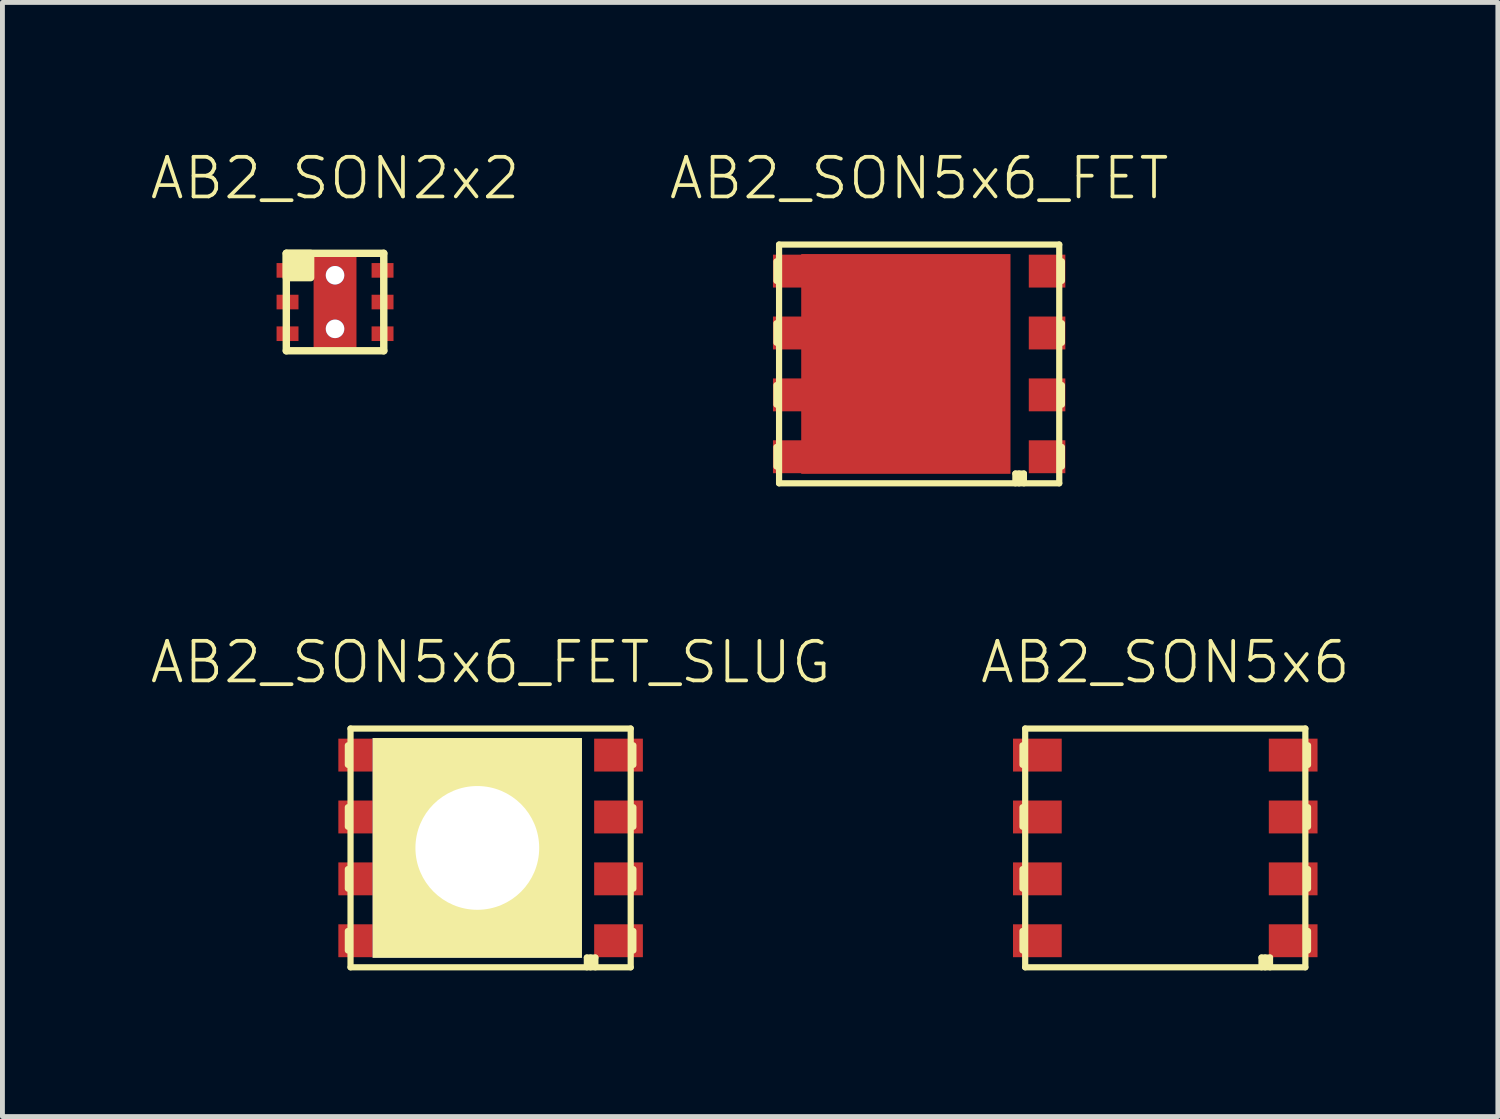
<source format=kicad_pcb>
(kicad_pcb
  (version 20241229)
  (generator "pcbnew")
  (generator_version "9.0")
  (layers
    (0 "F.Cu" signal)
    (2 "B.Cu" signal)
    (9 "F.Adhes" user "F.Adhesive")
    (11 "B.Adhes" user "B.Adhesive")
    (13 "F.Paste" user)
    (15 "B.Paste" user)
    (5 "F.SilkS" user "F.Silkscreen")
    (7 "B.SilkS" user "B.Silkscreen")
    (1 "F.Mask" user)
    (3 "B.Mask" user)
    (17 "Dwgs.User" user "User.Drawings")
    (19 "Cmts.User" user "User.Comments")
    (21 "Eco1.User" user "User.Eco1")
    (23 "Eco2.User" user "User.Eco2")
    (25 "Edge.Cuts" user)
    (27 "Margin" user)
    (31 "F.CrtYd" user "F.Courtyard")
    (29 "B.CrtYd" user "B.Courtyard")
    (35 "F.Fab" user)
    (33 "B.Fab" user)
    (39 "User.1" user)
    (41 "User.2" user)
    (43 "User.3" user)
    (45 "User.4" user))
  (footprint "AB2_SON5x6"
    (layer "F.Cu")
    (at 20.865 14.352)
    (property "Reference" "AB2_SON5x6" (at 0 -3.81 0) (layer "F.SilkS") (effects (font (size 0.813 0.813) (thickness 0.076))))
    (attr through_hole)
    (fp_line (start -2.93 -2.105) (end -2.93 -1.705) (stroke (width 0.127) (type solid)) (layer "F.SilkS"))
    (fp_line (start -2.93 -0.835) (end -2.93 -0.435) (stroke (width 0.127) (type solid)) (layer "F.SilkS"))
    (fp_line (start -2.93 0.835) (end -2.93 0.435) (stroke (width 0.127) (type solid)) (layer "F.SilkS"))
    (fp_line (start -2.93 2.105) (end -2.93 1.705) (stroke (width 0.127) (type solid)) (layer "F.SilkS"))
    (fp_line (start -2.875 -2.45) (end 2.875 -2.45) (stroke (width 0.127) (type solid)) (layer "F.SilkS"))
    (fp_line (start -2.875 2.45) (end -2.875 -2.45) (stroke (width 0.127) (type solid)) (layer "F.SilkS"))
    (fp_line (start 1.975 2.25) (end 2.15 2.25) (stroke (width 0.127) (type solid)) (layer "F.SilkS"))
    (fp_line (start 1.975 2.45) (end 1.975 2.25) (stroke (width 0.127) (type solid)) (layer "F.SilkS"))
    (fp_line (start 2.05 2.25) (end 2.05 2.45) (stroke (width 0.127) (type solid)) (layer "F.SilkS"))
    (fp_line (start 2.15 2.25) (end 2.15 2.45) (stroke (width 0.127) (type solid)) (layer "F.SilkS"))
    (fp_line (start 2.875 -2.45) (end 2.875 2.45) (stroke (width 0.127) (type solid)) (layer "F.SilkS"))
    (fp_line (start 2.875 2.45) (end -2.875 2.45) (stroke (width 0.127) (type solid)) (layer "F.SilkS"))
    (fp_line (start 2.93 -2.105) (end 2.93 -1.705) (stroke (width 0.127) (type solid)) (layer "F.SilkS"))
    (fp_line (start 2.93 -0.835) (end 2.93 -0.435) (stroke (width 0.127) (type solid)) (layer "F.SilkS"))
    (fp_line (start 2.93 0.835) (end 2.93 0.435) (stroke (width 0.127) (type solid)) (layer "F.SilkS"))
    (fp_line (start 2.93 2.105) (end 2.93 1.705) (stroke (width 0.127) (type solid)) (layer "F.SilkS"))
    (pad "1" smd rect (at 2.625 1.905) (size 1 0.675) (layers "F.Cu" "F.Mask" "F.Paste"))
    (pad "2" smd rect (at 2.625 0.635) (size 1 0.675) (layers "F.Cu" "F.Mask" "F.Paste"))
    (pad "3" smd rect (at 2.625 -0.635) (size 1 0.675) (layers "F.Cu" "F.Mask" "F.Paste"))
    (pad "4" smd rect (at 2.625 -1.905) (size 1 0.675) (layers "F.Cu" "F.Mask" "F.Paste"))
    (pad "5" smd rect (at -2.625 -1.905) (size 1 0.675) (layers "F.Cu" "F.Mask" "F.Paste"))
    (pad "6" smd rect (at -2.625 -0.635) (size 1 0.675) (layers "F.Cu" "F.Mask" "F.Paste"))
    (pad "7" smd rect (at -2.625 0.635) (size 1 0.675) (layers "F.Cu" "F.Mask" "F.Paste"))
    (pad "8" smd rect (at -2.625 1.905) (size 1 0.675) (layers "F.Cu" "F.Mask" "F.Paste")))
  (footprint "AB2_SON2x2"
    (layer "F.Cu")
    (at 3.826 3.149)
    (property "Reference" "AB2_SON2x2" (at 0 -2.54 180) (layer "F.SilkS") (effects (font (size 0.813 0.813) (thickness 0.076))))
    (attr through_hole)
    (fp_line (start -1 -1) (end 1 -1) (stroke (width 0.152) (type solid)) (layer "F.SilkS"))
    (fp_line (start -1 1) (end -1 -1) (stroke (width 0.152) (type solid)) (layer "F.SilkS"))
    (fp_line (start 1 -1) (end 1 1) (stroke (width 0.152) (type solid)) (layer "F.SilkS"))
    (fp_line (start 1 1) (end -1 1) (stroke (width 0.152) (type solid)) (layer "F.SilkS"))
    (fp_poly (pts (xy -1 -1) (xy -1 -0.5) (xy -0.5 -0.5) (xy -0.5 -1)) (stroke (width 0.15) (type solid)) (fill yes) (layer "F.SilkS"))
    (pad "1" smd rect (at -0.975 -0.65 90) (size 0.3 0.45) (layers "F.Cu" "F.Mask" "F.Paste"))
    (pad "2" smd rect (at -0.975 0 90) (size 0.3 0.45) (layers "F.Cu" "F.Mask" "F.Paste"))
    (pad "3" smd rect (at -0.975 0.65 90) (size 0.3 0.45) (layers "F.Cu" "F.Mask" "F.Paste"))
    (pad "4" smd rect (at 0.975 0.65 90) (size 0.3 0.45) (layers "F.Cu" "F.Mask" "F.Paste"))
    (pad "5" smd rect (at 0.975 0 90) (size 0.3 0.45) (layers "F.Cu" "F.Mask" "F.Paste"))
    (pad "6" smd rect (at 0.975 -0.65 90) (size 0.3 0.45) (layers "F.Cu" "F.Mask" "F.Paste"))
    (pad "7" thru_hole circle (at 0 -0.55) (size 0.381 0.381) (drill 0.381) (layers "*.Cu" "*.Mask"))
    (pad "7" smd rect (at 0 0) (size 0.88 2) (layers "F.Cu" "F.Mask" "F.Paste"))
    (pad "7" thru_hole circle (at 0 0.55) (size 0.381 0.381) (drill 0.381) (layers "*.Cu" "*.Mask")))
  (footprint "AB2_SON5x6_FET"
    (layer "F.Cu")
    (at 15.814 4.419)
    (property "Reference" "AB2_SON5x6_FET" (at 0 -3.81 0) (layer "F.SilkS") (effects (font (size 0.813 0.813) (thickness 0.076))))
    (attr through_hole)
    (fp_line (start -2.93 -2.105) (end -2.93 -1.705) (stroke (width 0.127) (type solid)) (layer "F.SilkS"))
    (fp_line (start -2.93 -0.835) (end -2.93 -0.435) (stroke (width 0.127) (type solid)) (layer "F.SilkS"))
    (fp_line (start -2.93 0.835) (end -2.93 0.435) (stroke (width 0.127) (type solid)) (layer "F.SilkS"))
    (fp_line (start -2.93 2.105) (end -2.93 1.705) (stroke (width 0.127) (type solid)) (layer "F.SilkS"))
    (fp_line (start -2.875 -2.45) (end 2.875 -2.45) (stroke (width 0.127) (type solid)) (layer "F.SilkS"))
    (fp_line (start -2.875 2.45) (end -2.875 -2.45) (stroke (width 0.127) (type solid)) (layer "F.SilkS"))
    (fp_line (start 1.975 2.25) (end 2.15 2.25) (stroke (width 0.127) (type solid)) (layer "F.SilkS"))
    (fp_line (start 1.975 2.45) (end 1.975 2.25) (stroke (width 0.127) (type solid)) (layer "F.SilkS"))
    (fp_line (start 2.05 2.25) (end 2.05 2.45) (stroke (width 0.127) (type solid)) (layer "F.SilkS"))
    (fp_line (start 2.15 2.25) (end 2.15 2.45) (stroke (width 0.127) (type solid)) (layer "F.SilkS"))
    (fp_line (start 2.875 -2.45) (end 2.875 2.45) (stroke (width 0.127) (type solid)) (layer "F.SilkS"))
    (fp_line (start 2.875 2.45) (end -2.875 2.45) (stroke (width 0.127) (type solid)) (layer "F.SilkS"))
    (fp_line (start 2.93 -2.105) (end 2.93 -1.705) (stroke (width 0.127) (type solid)) (layer "F.SilkS"))
    (fp_line (start 2.93 -0.835) (end 2.93 -0.435) (stroke (width 0.127) (type solid)) (layer "F.SilkS"))
    (fp_line (start 2.93 0.835) (end 2.93 0.435) (stroke (width 0.127) (type solid)) (layer "F.SilkS"))
    (fp_line (start 2.93 2.105) (end 2.93 1.705) (stroke (width 0.127) (type solid)) (layer "F.SilkS"))
    (pad "D" smd rect (at -2.625 -1.905) (size 0.75 0.675) (layers "F.Cu" "F.Mask" "F.Paste"))
    (pad "D" smd rect (at -2.625 -0.635) (size 0.75 0.675) (layers "F.Cu" "F.Mask" "F.Paste"))
    (pad "D" smd rect (at -2.625 0.635) (size 0.75 0.675) (layers "F.Cu" "F.Mask" "F.Paste"))
    (pad "D" smd rect (at -2.625 1.905) (size 0.75 0.675) (layers "F.Cu" "F.Mask" "F.Paste"))
    (pad "D" smd rect (at -0.273 0) (size 4.295 4.51) (layers "F.Cu" "F.Mask" "F.Paste"))
    (pad "G" smd rect (at 2.625 -1.905) (size 0.75 0.675) (layers "F.Cu" "F.Mask" "F.Paste"))
    (pad "S" smd rect (at 2.625 -0.635) (size 0.75 0.675) (layers "F.Cu" "F.Mask" "F.Paste"))
    (pad "S" smd rect (at 2.625 0.635) (size 0.75 0.675) (layers "F.Cu" "F.Mask" "F.Paste"))
    (pad "S" smd rect (at 2.625 1.905) (size 0.75 0.675) (layers "F.Cu" "F.Mask" "F.Paste")))
  (footprint "AB2_SON5x6_FET_SLUG"
    (layer "F.Cu")
    (at 7.019 14.352)
    (property "Reference" "AB2_SON5x6_FET_SLUG" (at 0 -3.81 0) (layer "F.SilkS") (effects (font (size 0.813 0.813) (thickness 0.076))))
    (attr through_hole)
    (fp_line (start -2.93 -2.105) (end -2.93 -1.705) (stroke (width 0.127) (type solid)) (layer "F.SilkS"))
    (fp_line (start -2.93 -0.835) (end -2.93 -0.435) (stroke (width 0.127) (type solid)) (layer "F.SilkS"))
    (fp_line (start -2.93 0.835) (end -2.93 0.435) (stroke (width 0.127) (type solid)) (layer "F.SilkS"))
    (fp_line (start -2.93 2.105) (end -2.93 1.705) (stroke (width 0.127) (type solid)) (layer "F.SilkS"))
    (fp_line (start -2.875 -2.45) (end 2.875 -2.45) (stroke (width 0.127) (type solid)) (layer "F.SilkS"))
    (fp_line (start -2.875 2.45) (end -2.875 -2.45) (stroke (width 0.127) (type solid)) (layer "F.SilkS"))
    (fp_line (start 1.975 2.25) (end 2.15 2.25) (stroke (width 0.127) (type solid)) (layer "F.SilkS"))
    (fp_line (start 1.975 2.45) (end 1.975 2.25) (stroke (width 0.127) (type solid)) (layer "F.SilkS"))
    (fp_line (start 2.05 2.25) (end 2.05 2.45) (stroke (width 0.127) (type solid)) (layer "F.SilkS"))
    (fp_line (start 2.15 2.25) (end 2.15 2.45) (stroke (width 0.127) (type solid)) (layer "F.SilkS"))
    (fp_line (start 2.875 -2.45) (end 2.875 2.45) (stroke (width 0.127) (type solid)) (layer "F.SilkS"))
    (fp_line (start 2.875 2.45) (end -2.875 2.45) (stroke (width 0.127) (type solid)) (layer "F.SilkS"))
    (fp_line (start 2.93 -2.105) (end 2.93 -1.705) (stroke (width 0.127) (type solid)) (layer "F.SilkS"))
    (fp_line (start 2.93 -0.835) (end 2.93 -0.435) (stroke (width 0.127) (type solid)) (layer "F.SilkS"))
    (fp_line (start 2.93 0.835) (end 2.93 0.435) (stroke (width 0.127) (type solid)) (layer "F.SilkS"))
    (fp_line (start 2.93 2.105) (end 2.93 1.705) (stroke (width 0.127) (type solid)) (layer "F.SilkS"))
    (pad "D" smd rect (at -2.625 -1.905) (size 1 0.675) (layers "F.Cu" "F.Mask" "F.Paste"))
    (pad "D" smd rect (at -2.625 -0.635) (size 1 0.675) (layers "F.Cu" "F.Mask" "F.Paste"))
    (pad "D" smd rect (at -2.625 0.635) (size 1 0.675) (layers "F.Cu" "F.Mask" "F.Paste"))
    (pad "D" smd rect (at -2.625 1.905) (size 1 0.675) (layers "F.Cu" "F.Mask" "F.Paste"))
    (pad "D" thru_hole rect (at -0.273 0) (size 4.295 4.51) (drill 2.54) (layers "*.Cu" "*.Mask" "F.SilkS"))
    (pad "G" smd rect (at 2.625 -1.905) (size 1 0.675) (layers "F.Cu" "F.Mask" "F.Paste"))
    (pad "S" smd rect (at 2.625 -0.635) (size 1 0.675) (layers "F.Cu" "F.Mask" "F.Paste"))
    (pad "S" smd rect (at 2.625 0.635) (size 1 0.675) (layers "F.Cu" "F.Mask" "F.Paste"))
    (pad "S" smd rect (at 2.625 1.905) (size 1 0.675) (layers "F.Cu" "F.Mask" "F.Paste")))
  (gr_rect
    (start -3 -3)
    (end 27.691 19.865)
    (stroke (width 0.1) (type default))
    (fill no)
    (layer "Edge.Cuts")))
</source>
